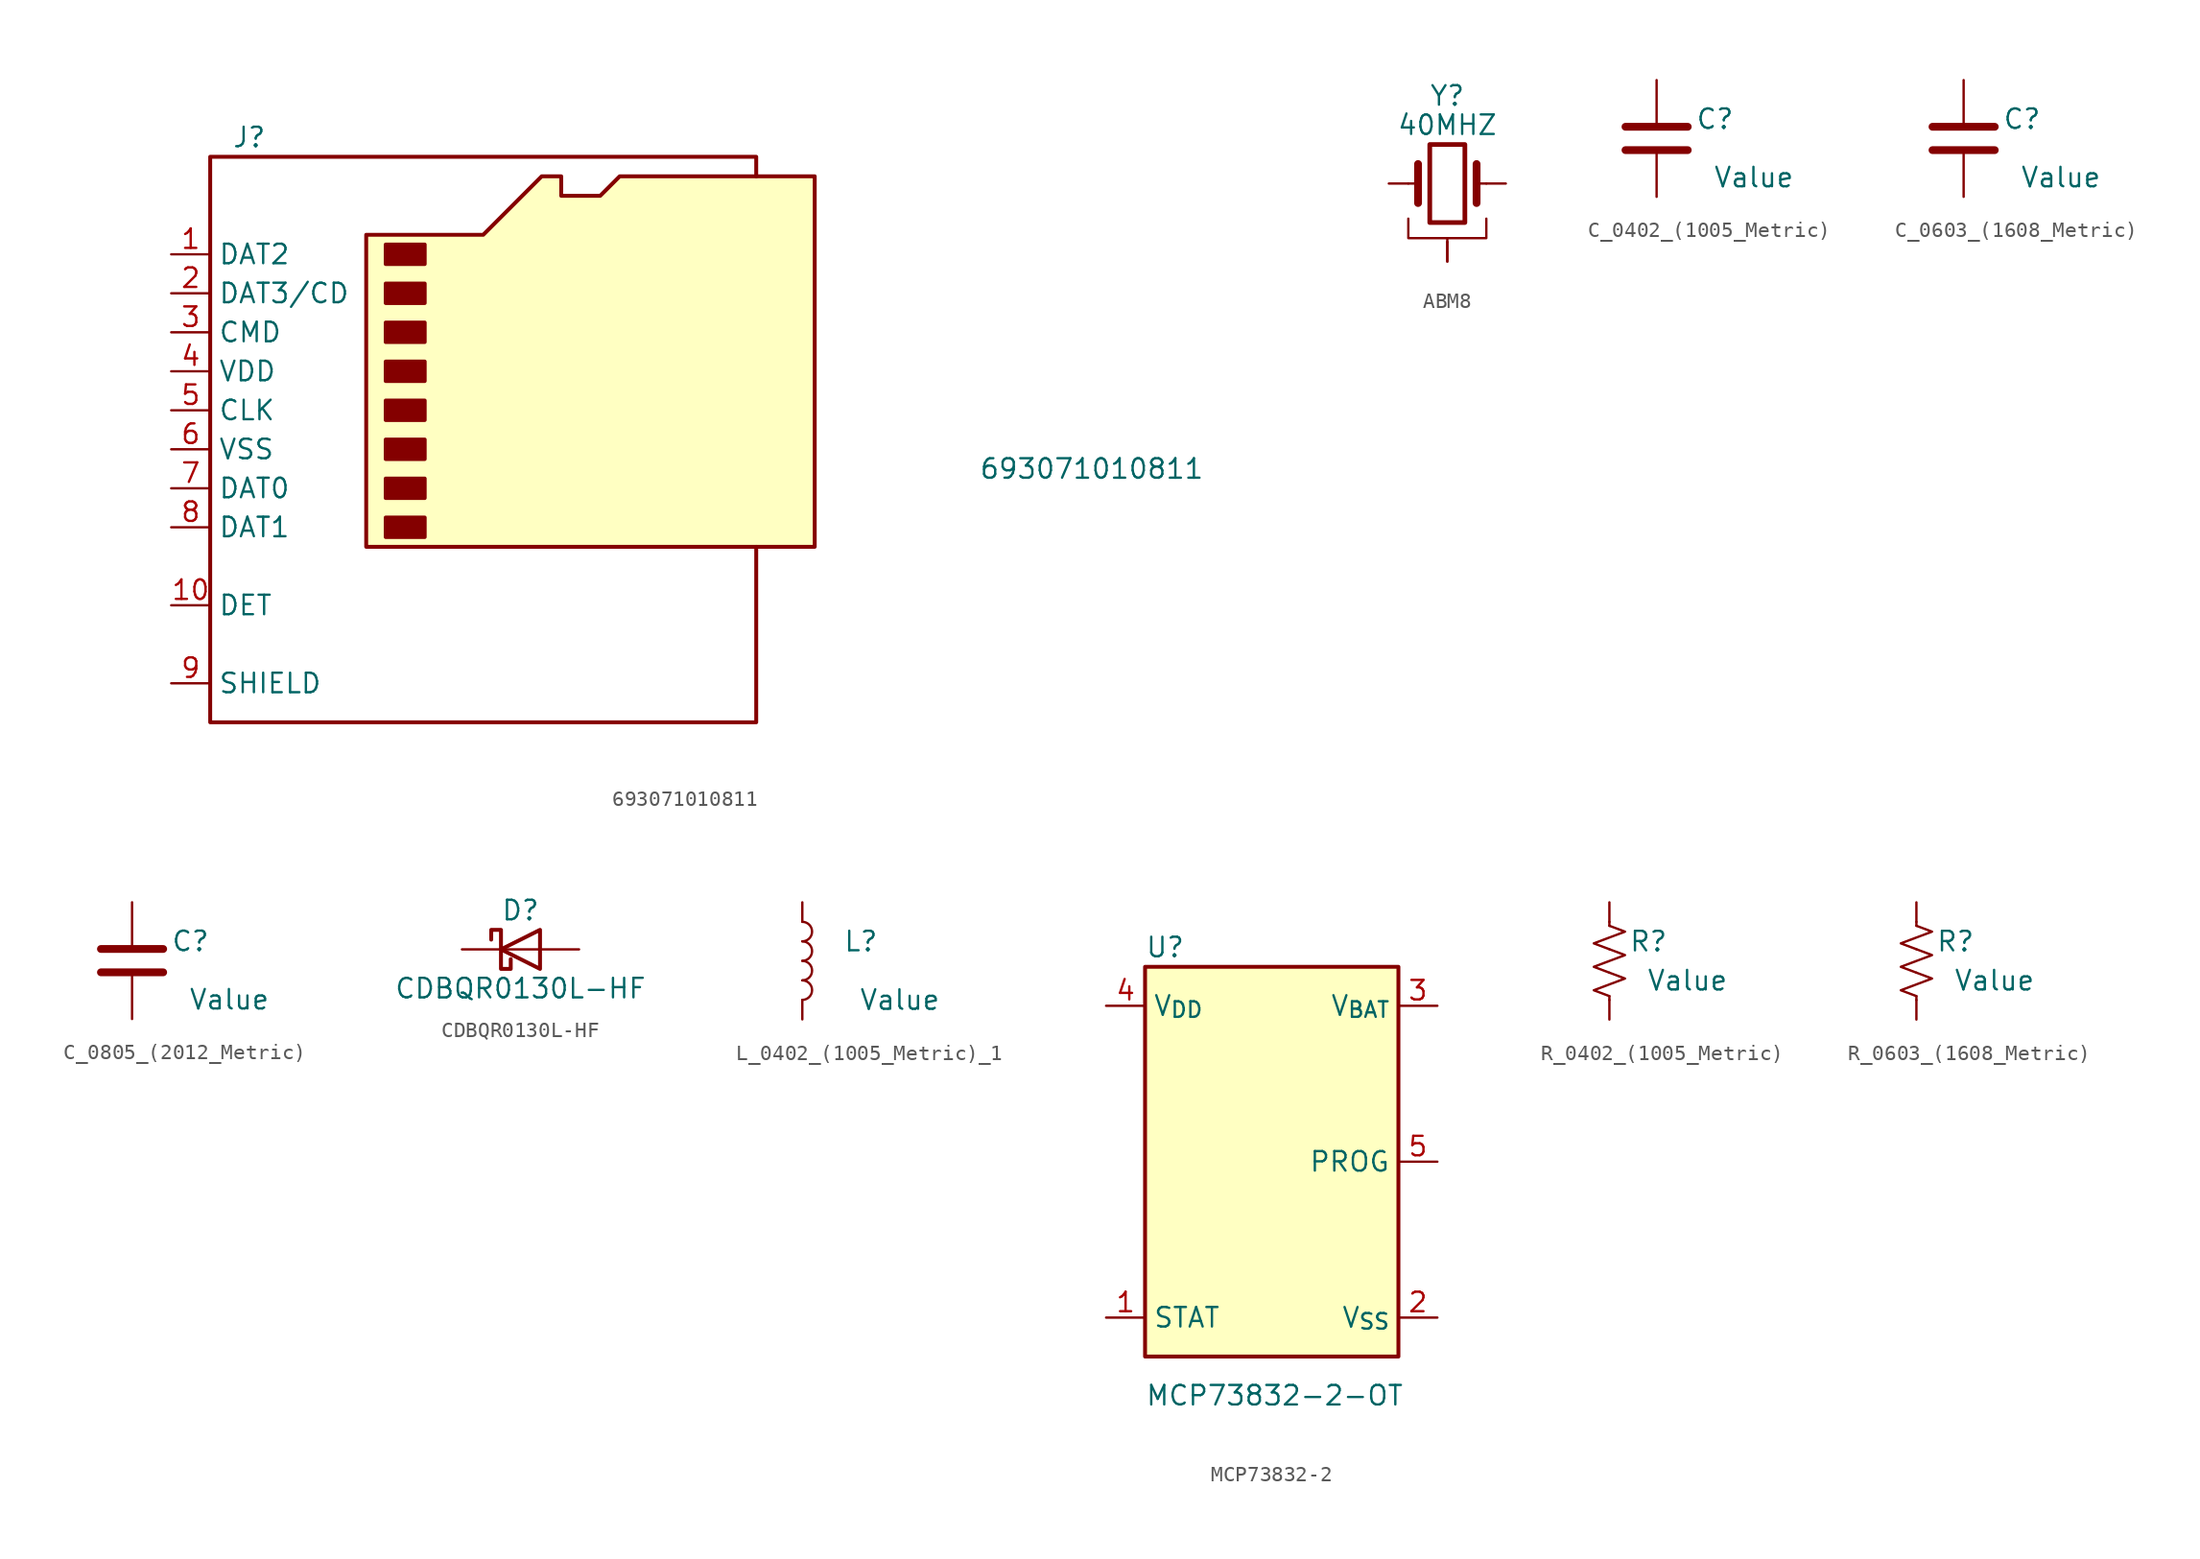
<source format=kicad_sym>
(kicad_symbol_lib
  (version 20220914)
  (generator kicad_symbol_editor)
  (symbol "693071010811"
    (property "Reference" "J"
      (at -16.51 17.78 0)
      (effects (font (size 1.27 1.27))))
    (property "Value" "693071010811"
      (at 45.72 -3.81 0)
      (effects (font (size 1.27 1.27)) (justify right)))
    (symbol "693071010811_0_1"
      (rectangle (start -7.62 -6.985) (end -5.08 -8.255) (stroke (width 0.254) (type default)) (fill (type outline)))
      (rectangle (start -7.62 -4.445) (end -5.08 -5.715) (stroke (width 0.254) (type default)) (fill (type outline)))
      (rectangle (start -7.62 -1.905) (end -5.08 -3.175) (stroke (width 0.254) (type default)) (fill (type outline)))
      (rectangle (start -7.62 0.635) (end -5.08 -0.635) (stroke (width 0.254) (type default)) (fill (type outline)))
      (rectangle (start -7.62 3.175) (end -5.08 1.905) (stroke (width 0.254) (type default)) (fill (type outline)))
      (rectangle (start -7.62 5.715) (end -5.08 4.445) (stroke (width 0.254) (type default)) (fill (type outline)))
      (rectangle (start -7.62 8.255) (end -5.08 6.985) (stroke (width 0.254) (type default)) (fill (type outline)))
      (rectangle (start -7.62 10.795) (end -5.08 9.525) (stroke (width 0.254) (type default)) (fill (type outline)))
      (polyline (pts (xy 16.51 15.24) (xy 16.51 16.51) (xy -19.05 16.51) (xy -19.05 -20.32) (xy 16.51 -20.32) (xy 16.51 -8.89)) (stroke (width 0.254) (type default)) (fill (type none)))
      (polyline (pts (xy -8.89 -8.89) (xy -8.89 11.43) (xy -1.27 11.43) (xy 2.54 15.24) (xy 3.81 15.24) (xy 3.81 13.97) (xy 6.35 13.97) (xy 7.62 15.24) (xy 20.32 15.24) (xy 20.32 -8.89) (xy -8.89 -8.89)) (stroke (width 0.254) (type default)) (fill (type background))))
    (symbol "693071010811_1_1"
      (pin bidirectional line (at -21.59 10.16 0) (length 2.54) (name "DAT2" (effects (font (size 1.27 1.27)))) (number "1" (effects (font (size 1.27 1.27)))))
      (pin passive line (at -21.59 -12.7 0) (length 2.54) (name "DET" (effects (font (size 1.27 1.27)))) (number "10" (effects (font (size 1.27 1.27)))))
      (pin bidirectional line (at -21.59 7.62 0) (length 2.54) (name "DAT3/CD" (effects (font (size 1.27 1.27)))) (number "2" (effects (font (size 1.27 1.27)))))
      (pin input line (at -21.59 5.08 0) (length 2.54) (name "CMD" (effects (font (size 1.27 1.27)))) (number "3" (effects (font (size 1.27 1.27)))))
      (pin power_in line (at -21.59 2.54 0) (length 2.54) (name "VDD" (effects (font (size 1.27 1.27)))) (number "4" (effects (font (size 1.27 1.27)))))
      (pin input line (at -21.59 0 0) (length 2.54) (name "CLK" (effects (font (size 1.27 1.27)))) (number "5" (effects (font (size 1.27 1.27)))))
      (pin power_in line (at -21.59 -2.54 0) (length 2.54) (name "VSS" (effects (font (size 1.27 1.27)))) (number "6" (effects (font (size 1.27 1.27)))))
      (pin bidirectional line (at -21.59 -5.08 0) (length 2.54) (name "DAT0" (effects (font (size 1.27 1.27)))) (number "7" (effects (font (size 1.27 1.27)))))
      (pin bidirectional line (at -21.59 -7.62 0) (length 2.54) (name "DAT1" (effects (font (size 1.27 1.27)))) (number "8" (effects (font (size 1.27 1.27)))))
      (pin passive line (at -21.59 -17.78 0) (length 2.54) (name "SHIELD" (effects (font (size 1.27 1.27)))) (number "9" (effects (font (size 1.27 1.27)))))))
  (symbol "ABM8"
    (pin_numbers hide)
    (pin_names
      (offset 1.016) hide)
    (property "Reference" "Y"
      (at 0 5.715 0)
      (effects (font (size 1.27 1.27))))
    (property "Value" "40MHZ"
      (at 0 3.81 0)
      (effects (font (size 1.27 1.27))))
    (symbol "ABM8_0_1"
      (rectangle (start -1.143 2.54) (end 1.143 -2.54) (stroke (width 0.305) (type default)) (fill (type none)))
      (polyline (pts (xy -2.54 0) (xy -1.905 0)) (stroke (width 0) (type default)) (fill (type none)))
      (polyline (pts (xy -1.905 -1.27) (xy -1.905 1.27)) (stroke (width 0.508) (type default)) (fill (type none)))
      (polyline (pts (xy 0 -3.81) (xy 0 -3.556)) (stroke (width 0) (type default)) (fill (type none)))
      (polyline (pts (xy 1.905 0) (xy 2.54 0)) (stroke (width 0) (type default)) (fill (type none)))
      (polyline (pts (xy 1.905 1.27) (xy 1.905 -1.27)) (stroke (width 0.508) (type default)) (fill (type none)))
      (polyline (pts (xy -2.54 -2.286) (xy -2.54 -3.556) (xy 2.54 -3.556) (xy 2.54 -2.286)) (stroke (width 0) (type default)) (fill (type none))))
    (symbol "ABM8_1_0"
      (pin passive line (at 0 -5.08 90) (length 1.27) (name "4" (effects (font (size 1.27 1.27)))) (number "4" (effects (font (size 1.27 1.27))))))
    (symbol "ABM8_1_1"
      (pin passive line (at -3.81 0 0) (length 1.27) (name "1" (effects (font (size 1.27 1.27)))) (number "1" (effects (font (size 1.27 1.27)))))
      (pin passive line (at 0 -5.08 90) (length 1.27) (name "2" (effects (font (size 1.27 1.27)))) (number "2" (effects (font (size 1.27 1.27)))))
      (pin passive line (at 3.81 0 180) (length 1.27) (name "3" (effects (font (size 1.27 1.27)))) (number "3" (effects (font (size 1.27 1.27)))))))
  (symbol "C_0402_(1005_Metric)"
    (pin_numbers hide)
    (pin_names hide)
    (property "Reference" "C"
      (at 3.81 1.27 0)
      (effects (font (size 1.27 1.27))))
    (property "Value" "Value"
      (at 6.35 -2.54 0)
      (effects (font (size 1.27 1.27))))
    (symbol "C_0402_(1005_Metric)_0_1"
      (polyline (pts (xy -2.032 -0.762) (xy 2.032 -0.762)) (stroke (width 0.508) (type default)) (fill (type none))))
    (symbol "C_0402_(1005_Metric)_1_1"
      (polyline (pts (xy -2.032 0.762) (xy 2.032 0.762)) (stroke (width 0.508) (type default)) (fill (type none)))
      (pin passive line (at 0 3.81 270) (length 2.794) (name "~" (effects (font (size 1.27 1.27)))) (number "1" (effects (font (size 1.27 1.27)))))
      (pin passive line (at 0 -3.81 90) (length 2.794) (name "~" (effects (font (size 1.27 1.27)))) (number "2" (effects (font (size 1.27 1.27)))))))
  (symbol "C_0603_(1608_Metric)"
    (pin_numbers hide)
    (pin_names hide)
    (property "Reference" "C"
      (at 3.81 1.27 0)
      (effects (font (size 1.27 1.27))))
    (property "Value" "Value"
      (at 6.35 -2.54 0)
      (effects (font (size 1.27 1.27))))
    (symbol "C_0603_(1608_Metric)_0_1"
      (polyline (pts (xy -2.032 -0.762) (xy 2.032 -0.762)) (stroke (width 0.508) (type default)) (fill (type none))))
    (symbol "C_0603_(1608_Metric)_1_1"
      (polyline (pts (xy -2.032 0.762) (xy 2.032 0.762)) (stroke (width 0.508) (type default)) (fill (type none)))
      (pin passive line (at 0 3.81 270) (length 2.794) (name "~" (effects (font (size 1.27 1.27)))) (number "1" (effects (font (size 1.27 1.27)))))
      (pin passive line (at 0 -3.81 90) (length 2.794) (name "~" (effects (font (size 1.27 1.27)))) (number "2" (effects (font (size 1.27 1.27)))))))
  (symbol "C_0805_(2012_Metric)"
    (pin_numbers hide)
    (pin_names hide)
    (property "Reference" "C"
      (at 3.81 1.27 0)
      (effects (font (size 1.27 1.27))))
    (property "Value" "Value"
      (at 6.35 -2.54 0)
      (effects (font (size 1.27 1.27))))
    (symbol "C_0805_(2012_Metric)_0_1"
      (polyline (pts (xy -2.032 -0.762) (xy 2.032 -0.762)) (stroke (width 0.508) (type default)) (fill (type none))))
    (symbol "C_0805_(2012_Metric)_1_1"
      (polyline (pts (xy -2.032 0.762) (xy 2.032 0.762)) (stroke (width 0.508) (type default)) (fill (type none)))
      (pin passive line (at 0 3.81 270) (length 2.794) (name "~" (effects (font (size 1.27 1.27)))) (number "1" (effects (font (size 1.27 1.27)))))
      (pin passive line (at 0 -3.81 90) (length 2.794) (name "~" (effects (font (size 1.27 1.27)))) (number "2" (effects (font (size 1.27 1.27)))))))
  (symbol "CDBQR0130L-HF"
    (pin_numbers hide)
    (pin_names
      (offset 1.016) hide)
    (property "Reference" "D"
      (at 0 2.54 0)
      (effects (font (size 1.27 1.27))))
    (property "Value" "CDBQR0130L-HF"
      (at 0 -2.54 0)
      (effects (font (size 1.27 1.27))))
    (symbol "CDBQR0130L-HF_0_1"
      (polyline (pts (xy 1.27 0) (xy -1.27 0)) (stroke (width 0) (type default)) (fill (type none)))
      (polyline (pts (xy 1.27 1.27) (xy 1.27 -1.27) (xy -1.27 0) (xy 1.27 1.27)) (stroke (width 0.254) (type default)) (fill (type none)))
      (polyline (pts (xy -1.905 0.635) (xy -1.905 1.27) (xy -1.27 1.27) (xy -1.27 -1.27) (xy -0.635 -1.27) (xy -0.635 -0.635)) (stroke (width 0.254) (type default)) (fill (type none))))
    (symbol "CDBQR0130L-HF_1_1"
      (pin passive line (at -3.81 0 0) (length 2.54) (name "K" (effects (font (size 1.27 1.27)))) (number "1" (effects (font (size 1.27 1.27)))))
      (pin passive line (at 3.81 0 180) (length 2.54) (name "A" (effects (font (size 1.27 1.27)))) (number "2" (effects (font (size 1.27 1.27)))))))
  (symbol "L_0402_(1005_Metric)_1"
    (pin_numbers hide)
    (pin_names hide)
    (property "Reference" "L"
      (at 3.81 1.27 0)
      (effects (font (size 1.27 1.27))))
    (property "Value" "Value"
      (at 6.35 -2.54 0)
      (effects (font (size 1.27 1.27))))
    (symbol "L_0402_(1005_Metric)_1_0_1"
      (arc (start 0 -2.54) (mid 0.6323 -1.905) (end 0 -1.27) (stroke (width 0) (type default)) (fill (type none)))
      (arc (start 0 -1.27) (mid 0.6323 -0.635) (end 0 0) (stroke (width 0) (type default)) (fill (type none)))
      (arc (start 0 0) (mid 0.6323 0.635) (end 0 1.27) (stroke (width 0) (type default)) (fill (type none)))
      (arc (start 0 1.27) (mid 0.6323 1.905) (end 0 2.54) (stroke (width 0) (type default)) (fill (type none))))
    (symbol "L_0402_(1005_Metric)_1_1_1"
      (pin passive line (at 0 3.81 270) (length 1.27) (name "1" (effects (font (size 1.27 1.27)))) (number "1" (effects (font (size 1.27 1.27)))))
      (pin passive line (at 0 -3.81 90) (length 1.27) (name "2" (effects (font (size 1.27 1.27)))) (number "2" (effects (font (size 1.27 1.27)))))))
  (symbol "MCP73832-2"
    (property "Reference" "U"
      (at 0 1.27 0)
      (effects (font (size 1.27 1.27)) (justify left)))
    (property "Value" "MCP73832-2-OT"
      (at 0 -27.94 0)
      (effects (font (size 1.27 1.27)) (justify left)))
    (symbol "MCP73832-2_1_1"
      (rectangle (start 0 0) (end 16.51 -25.4) (stroke (width 0.254) (type default)) (fill (type background)))
      (pin output line (at -2.54 -22.86 0) (length 2.54) (name "STAT" (effects (font (size 1.27 1.27)))) (number "1" (effects (font (size 1.27 1.27)))))
      (pin power_in line (at 19.05 -22.86 180) (length 2.54) (name "V_{SS}" (effects (font (size 1.27 1.27)))) (number "2" (effects (font (size 1.27 1.27)))))
      (pin power_out line (at 19.05 -2.54 180) (length 2.54) (name "V_{BAT}" (effects (font (size 1.27 1.27)))) (number "3" (effects (font (size 1.27 1.27)))))
      (pin power_in line (at -2.54 -2.54 0) (length 2.54) (name "V_{DD}" (effects (font (size 1.27 1.27)))) (number "4" (effects (font (size 1.27 1.27)))))
      (pin input line (at 19.05 -12.7 180) (length 2.54) (name "PROG" (effects (font (size 1.27 1.27)))) (number "5" (effects (font (size 1.27 1.27)))))))
  (symbol "R_0402_(1005_Metric)"
    (pin_numbers hide)
    (pin_names hide)
    (property "Reference" "R"
      (at 2.54 1.27 0)
      (effects (font (size 1.27 1.27))))
    (property "Value" "Value"
      (at 5.08 -1.27 0)
      (effects (font (size 1.27 1.27))))
    (symbol "R_0402_(1005_Metric)_0_1"
      (polyline (pts (xy 0 -2.286) (xy 0 -2.54)) (stroke (width 0) (type default)) (fill (type none)))
      (polyline (pts (xy 0 2.286) (xy 0 2.54)) (stroke (width 0) (type default)) (fill (type none)))
      (polyline (pts (xy 0 -0.762) (xy 1.016 -1.143) (xy 0 -1.524) (xy -1.016 -1.905) (xy 0 -2.286)) (stroke (width 0) (type default)) (fill (type none)))
      (polyline (pts (xy 0 0.762) (xy 1.016 0.381) (xy 0 0) (xy -1.016 -0.381) (xy 0 -0.762)) (stroke (width 0) (type default)) (fill (type none)))
      (polyline (pts (xy 0 2.286) (xy 1.016 1.905) (xy 0 1.524) (xy -1.016 1.143) (xy 0 0.762)) (stroke (width 0) (type default)) (fill (type none))))
    (symbol "R_0402_(1005_Metric)_1_1"
      (pin passive line (at 0 3.81 270) (length 1.27) (name "~" (effects (font (size 1.27 1.27)))) (number "1" (effects (font (size 1.27 1.27)))))
      (pin passive line (at 0 -3.81 90) (length 1.27) (name "~" (effects (font (size 1.27 1.27)))) (number "2" (effects (font (size 1.27 1.27)))))))
  (symbol "R_0603_(1608_Metric)"
    (pin_numbers hide)
    (pin_names hide)
    (property "Reference" "R"
      (at 2.54 1.27 0)
      (effects (font (size 1.27 1.27))))
    (property "Value" "Value"
      (at 5.08 -1.27 0)
      (effects (font (size 1.27 1.27))))
    (symbol "R_0603_(1608_Metric)_0_1"
      (polyline (pts (xy 0 -2.286) (xy 0 -2.54)) (stroke (width 0) (type default)) (fill (type none)))
      (polyline (pts (xy 0 2.286) (xy 0 2.54)) (stroke (width 0) (type default)) (fill (type none)))
      (polyline (pts (xy 0 -0.762) (xy 1.016 -1.143) (xy 0 -1.524) (xy -1.016 -1.905) (xy 0 -2.286)) (stroke (width 0) (type default)) (fill (type none)))
      (polyline (pts (xy 0 0.762) (xy 1.016 0.381) (xy 0 0) (xy -1.016 -0.381) (xy 0 -0.762)) (stroke (width 0) (type default)) (fill (type none)))
      (polyline (pts (xy 0 2.286) (xy 1.016 1.905) (xy 0 1.524) (xy -1.016 1.143) (xy 0 0.762)) (stroke (width 0) (type default)) (fill (type none))))
    (symbol "R_0603_(1608_Metric)_1_1"
      (pin passive line (at 0 3.81 270) (length 1.27) (name "~" (effects (font (size 1.27 1.27)))) (number "1" (effects (font (size 1.27 1.27)))))
      (pin passive line (at 0 -3.81 90) (length 1.27) (name "~" (effects (font (size 1.27 1.27)))) (number "2" (effects (font (size 1.27 1.27))))))))
</source>
